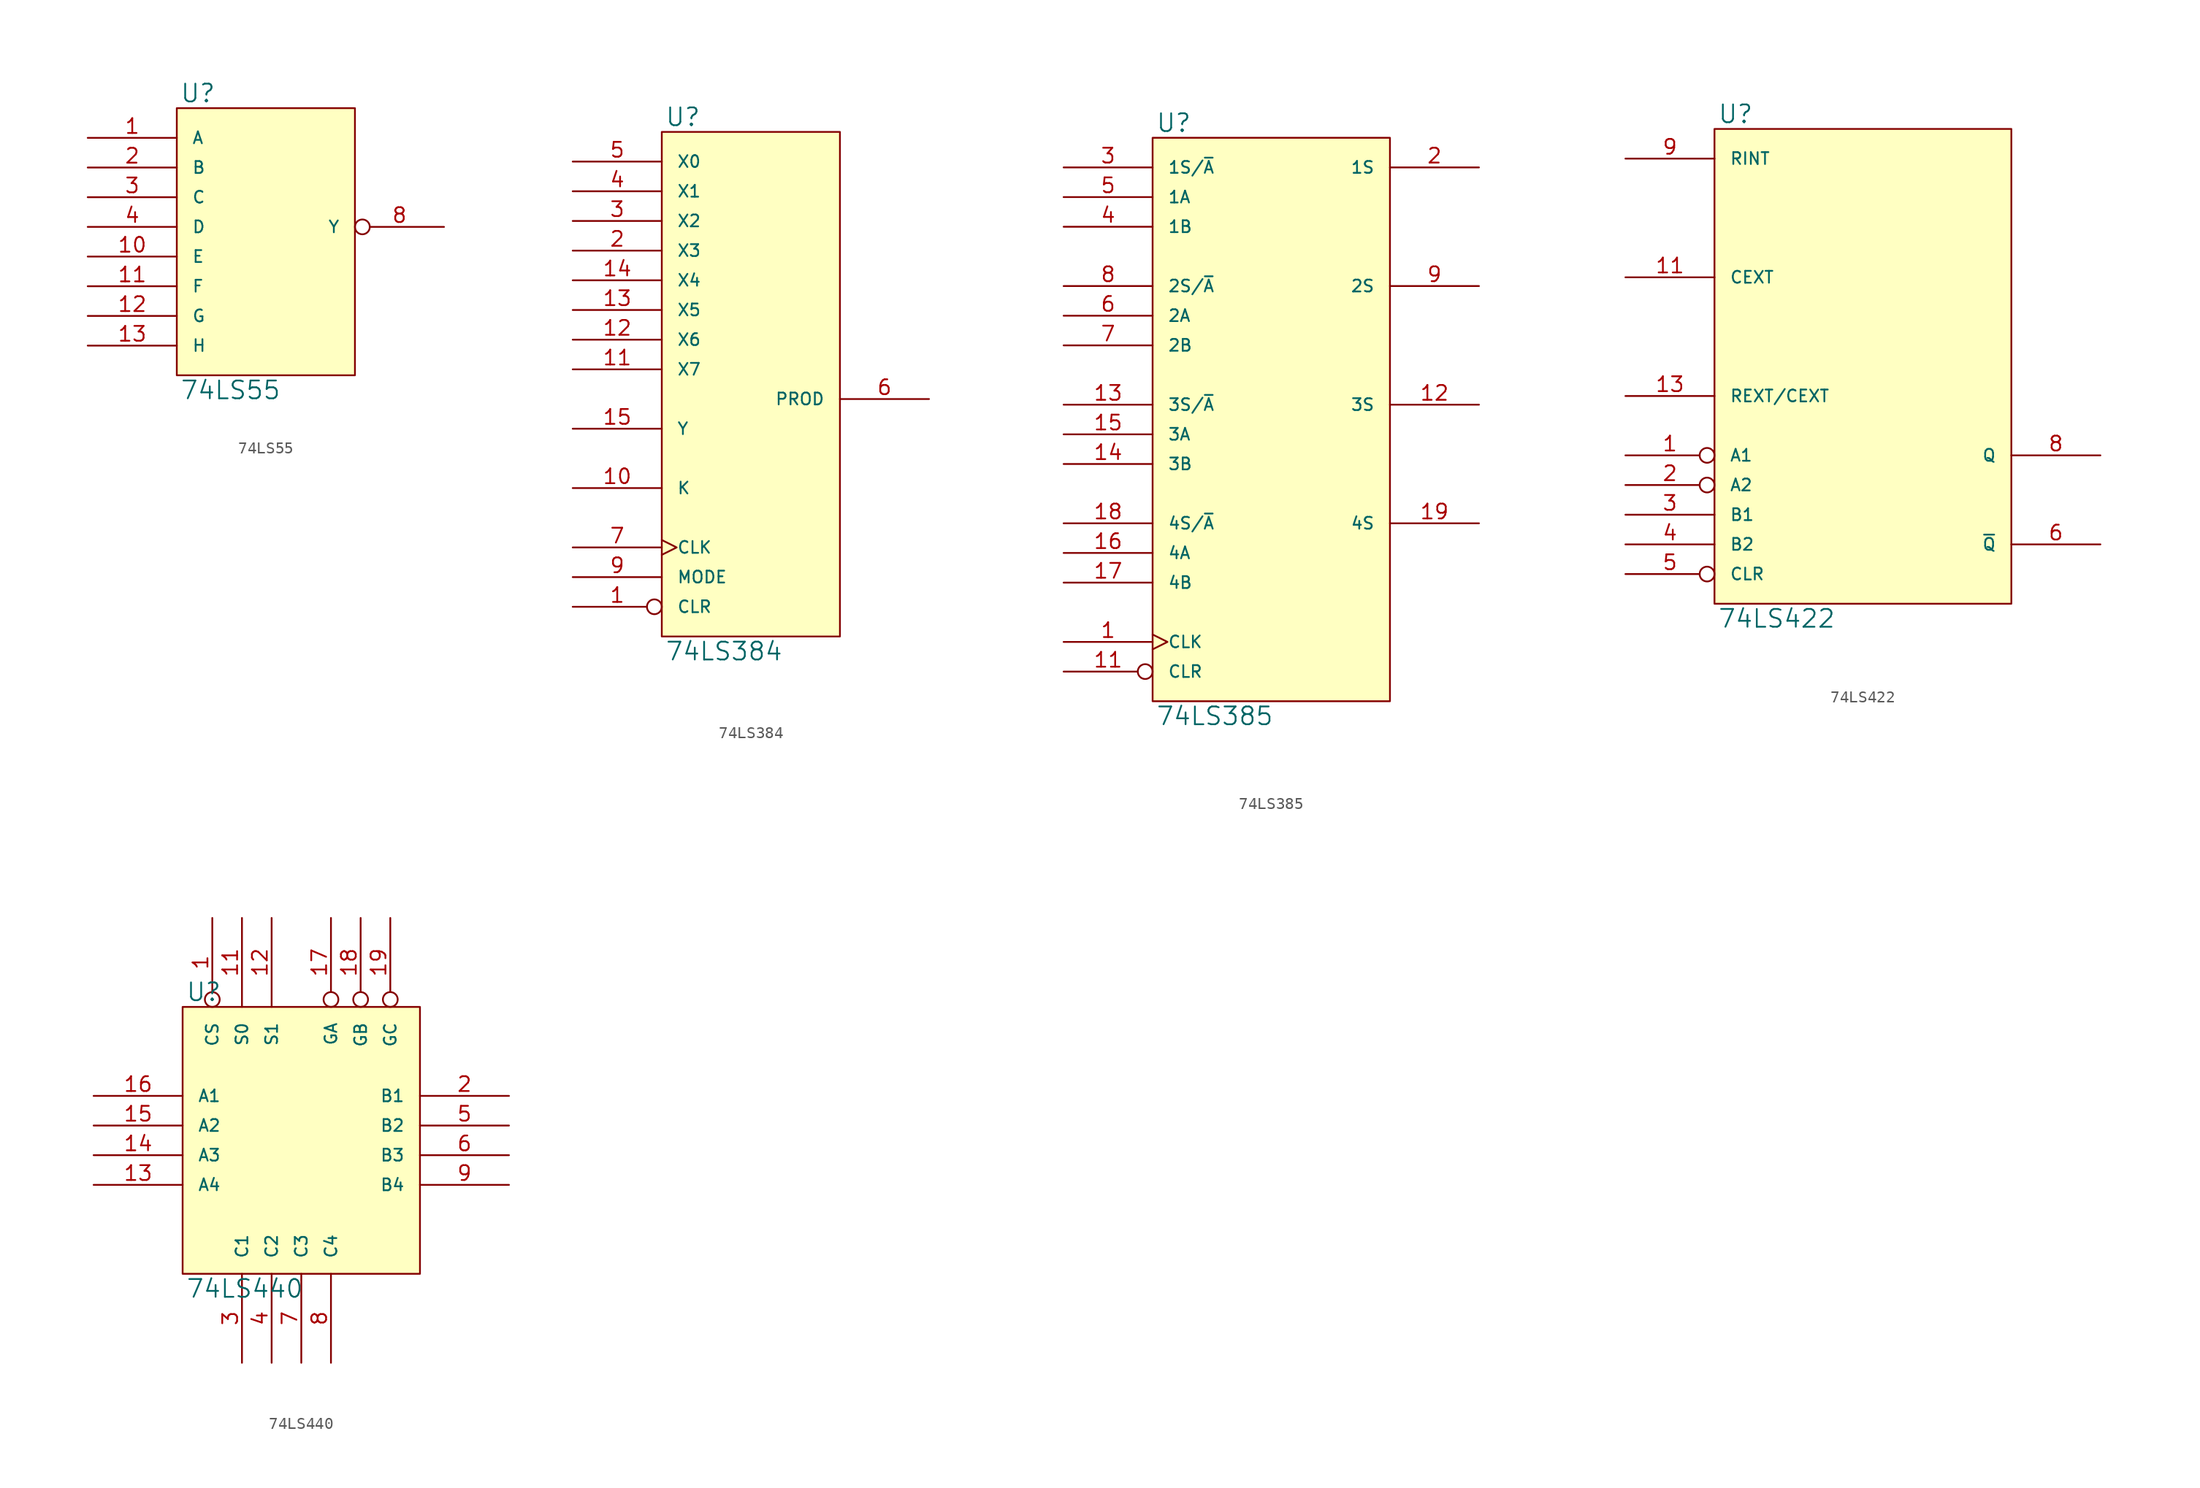
<source format=kicad_sym>
(kicad_symbol_lib
  (version 20231120)
  (generator "kicad_symbol_editor")
  (generator_version "8.0")
  (symbol "74LS55"
    (pin_names
      (offset 1.27))
    (property "Reference" "U"
      (at 0.254 0.381 0)
      (effects (font (size 1.524 1.524)) (justify left bottom)))
    (property "Value" "74LS55"
      (at 0.254 -23.241 0)
      (effects (font (size 1.524 1.524)) (justify left top)))
    (symbol "74LS55_0_1"
      (rectangle (start 0 0) (end 15.24 -22.86) (stroke (width 0) (type solid)) (fill (type background))))
    (symbol "74LS55_1_1"
      (pin input line (at -7.62 -2.54 0) (length 7.62) (name "A" (effects (font (size 1.016 1.016)))) (number "1" (effects (font (size 1.27 1.27)))))
      (pin input line (at -7.62 -12.7 0) (length 7.62) (name "E" (effects (font (size 1.016 1.016)))) (number "10" (effects (font (size 1.27 1.27)))))
      (pin input line (at -7.62 -15.24 0) (length 7.62) (name "F" (effects (font (size 1.016 1.016)))) (number "11" (effects (font (size 1.27 1.27)))))
      (pin input line (at -7.62 -17.78 0) (length 7.62) (name "G" (effects (font (size 1.016 1.016)))) (number "12" (effects (font (size 1.27 1.27)))))
      (pin input line (at -7.62 -20.32 0) (length 7.62) (name "H" (effects (font (size 1.016 1.016)))) (number "13" (effects (font (size 1.27 1.27)))))
      (pin power_in line (at 0 0 270) (length 0) hide (name "VCC" (effects (font (size 1.016 1.016)))) (number "14" (effects (font (size 1.27 1.27)))))
      (pin input line (at -7.62 -5.08 0) (length 7.62) (name "B" (effects (font (size 1.016 1.016)))) (number "2" (effects (font (size 1.27 1.27)))))
      (pin input line (at -7.62 -7.62 0) (length 7.62) (name "C" (effects (font (size 1.016 1.016)))) (number "3" (effects (font (size 1.27 1.27)))))
      (pin input line (at -7.62 -10.16 0) (length 7.62) (name "D" (effects (font (size 1.016 1.016)))) (number "4" (effects (font (size 1.27 1.27)))))
      (pin power_in line (at 0 -22.86 90) (length 0) hide (name "GND" (effects (font (size 1.016 1.016)))) (number "7" (effects (font (size 1.27 1.27)))))
      (pin output inverted (at 22.86 -10.16 180) (length 7.62) (name "Y" (effects (font (size 1.016 1.016)))) (number "8" (effects (font (size 1.27 1.27)))))))
  (symbol "74LS384"
    (pin_names
      (offset 1.27))
    (property "Reference" "U"
      (at 0.254 0.381 0)
      (effects (font (size 1.524 1.524)) (justify left bottom)))
    (property "Value" "74LS384"
      (at 0.254 -43.561 0)
      (effects (font (size 1.524 1.524)) (justify left top)))
    (symbol "74LS384_0_1"
      (rectangle (start 0 0) (end 15.24 -43.18) (stroke (width 0) (type solid)) (fill (type background))))
    (symbol "74LS384_1_1"
      (pin input inverted (at -7.62 -40.64 0) (length 7.62) (name "CLR" (effects (font (size 1.016 1.016)))) (number "1" (effects (font (size 1.27 1.27)))))
      (pin input line (at -7.62 -30.48 0) (length 7.62) (name "K" (effects (font (size 1.016 1.016)))) (number "10" (effects (font (size 1.27 1.27)))))
      (pin input line (at -7.62 -20.32 0) (length 7.62) (name "X7" (effects (font (size 1.016 1.016)))) (number "11" (effects (font (size 1.27 1.27)))))
      (pin input line (at -7.62 -17.78 0) (length 7.62) (name "X6" (effects (font (size 1.016 1.016)))) (number "12" (effects (font (size 1.27 1.27)))))
      (pin input line (at -7.62 -15.24 0) (length 7.62) (name "X5" (effects (font (size 1.016 1.016)))) (number "13" (effects (font (size 1.27 1.27)))))
      (pin input line (at -7.62 -12.7 0) (length 7.62) (name "X4" (effects (font (size 1.016 1.016)))) (number "14" (effects (font (size 1.27 1.27)))))
      (pin input line (at -7.62 -25.4 0) (length 7.62) (name "Y" (effects (font (size 1.016 1.016)))) (number "15" (effects (font (size 1.27 1.27)))))
      (pin power_in line (at 0 0 270) (length 0) hide (name "VCC" (effects (font (size 1.016 1.016)))) (number "16" (effects (font (size 1.27 1.27)))))
      (pin input line (at -7.62 -10.16 0) (length 7.62) (name "X3" (effects (font (size 1.016 1.016)))) (number "2" (effects (font (size 1.27 1.27)))))
      (pin input line (at -7.62 -7.62 0) (length 7.62) (name "X2" (effects (font (size 1.016 1.016)))) (number "3" (effects (font (size 1.27 1.27)))))
      (pin input line (at -7.62 -5.08 0) (length 7.62) (name "X1" (effects (font (size 1.016 1.016)))) (number "4" (effects (font (size 1.27 1.27)))))
      (pin input line (at -7.62 -2.54 0) (length 7.62) (name "X0" (effects (font (size 1.016 1.016)))) (number "5" (effects (font (size 1.27 1.27)))))
      (pin output line (at 22.86 -22.86 180) (length 7.62) (name "PROD" (effects (font (size 1.016 1.016)))) (number "6" (effects (font (size 1.27 1.27)))))
      (pin input clock (at -7.62 -35.56 0) (length 7.62) (name "CLK" (effects (font (size 1.016 1.016)))) (number "7" (effects (font (size 1.27 1.27)))))
      (pin power_in line (at 0 -43.18 90) (length 0) hide (name "GND" (effects (font (size 1.016 1.016)))) (number "8" (effects (font (size 1.27 1.27)))))
      (pin input line (at -7.62 -38.1 0) (length 7.62) (name "MODE" (effects (font (size 1.016 1.016)))) (number "9" (effects (font (size 1.27 1.27)))))))
  (symbol "74LS385"
    (pin_names
      (offset 1.27))
    (property "Reference" "U"
      (at 0.254 0.381 0)
      (effects (font (size 1.524 1.524)) (justify left bottom)))
    (property "Value" "74LS385"
      (at 0.254 -48.641 0)
      (effects (font (size 1.524 1.524)) (justify left top)))
    (symbol "74LS385_0_1"
      (rectangle (start 0 0) (end 20.32 -48.26) (stroke (width 0) (type solid)) (fill (type background))))
    (symbol "74LS385_1_1"
      (pin input clock (at -7.62 -43.18 0) (length 7.62) (name "CLK" (effects (font (size 1.016 1.016)))) (number "1" (effects (font (size 1.27 1.27)))))
      (pin power_in line (at 0 -48.26 90) (length 0) hide (name "GND" (effects (font (size 1.016 1.016)))) (number "10" (effects (font (size 1.27 1.27)))))
      (pin input inverted (at -7.62 -45.72 0) (length 7.62) (name "CLR" (effects (font (size 1.016 1.016)))) (number "11" (effects (font (size 1.27 1.27)))))
      (pin output line (at 27.94 -22.86 180) (length 7.62) (name "3S" (effects (font (size 1.016 1.016)))) (number "12" (effects (font (size 1.27 1.27)))))
      (pin input line (at -7.62 -22.86 0) (length 7.62) (name "3S/~{A}" (effects (font (size 1.016 1.016)))) (number "13" (effects (font (size 1.27 1.27)))))
      (pin input line (at -7.62 -27.94 0) (length 7.62) (name "3B" (effects (font (size 1.016 1.016)))) (number "14" (effects (font (size 1.27 1.27)))))
      (pin input line (at -7.62 -25.4 0) (length 7.62) (name "3A" (effects (font (size 1.016 1.016)))) (number "15" (effects (font (size 1.27 1.27)))))
      (pin input line (at -7.62 -35.56 0) (length 7.62) (name "4A" (effects (font (size 1.016 1.016)))) (number "16" (effects (font (size 1.27 1.27)))))
      (pin input line (at -7.62 -38.1 0) (length 7.62) (name "4B" (effects (font (size 1.016 1.016)))) (number "17" (effects (font (size 1.27 1.27)))))
      (pin input line (at -7.62 -33.02 0) (length 7.62) (name "4S/~{A}" (effects (font (size 1.016 1.016)))) (number "18" (effects (font (size 1.27 1.27)))))
      (pin output line (at 27.94 -33.02 180) (length 7.62) (name "4S" (effects (font (size 1.016 1.016)))) (number "19" (effects (font (size 1.27 1.27)))))
      (pin output line (at 27.94 -2.54 180) (length 7.62) (name "1S" (effects (font (size 1.016 1.016)))) (number "2" (effects (font (size 1.27 1.27)))))
      (pin power_in line (at 0 0 270) (length 0) hide (name "VCC" (effects (font (size 1.016 1.016)))) (number "20" (effects (font (size 1.27 1.27)))))
      (pin input line (at -7.62 -2.54 0) (length 7.62) (name "1S/~{A}" (effects (font (size 1.016 1.016)))) (number "3" (effects (font (size 1.27 1.27)))))
      (pin input line (at -7.62 -7.62 0) (length 7.62) (name "1B" (effects (font (size 1.016 1.016)))) (number "4" (effects (font (size 1.27 1.27)))))
      (pin input line (at -7.62 -5.08 0) (length 7.62) (name "1A" (effects (font (size 1.016 1.016)))) (number "5" (effects (font (size 1.27 1.27)))))
      (pin input line (at -7.62 -15.24 0) (length 7.62) (name "2A" (effects (font (size 1.016 1.016)))) (number "6" (effects (font (size 1.27 1.27)))))
      (pin input line (at -7.62 -17.78 0) (length 7.62) (name "2B" (effects (font (size 1.016 1.016)))) (number "7" (effects (font (size 1.27 1.27)))))
      (pin input line (at -7.62 -12.7 0) (length 7.62) (name "2S/~{A}" (effects (font (size 1.016 1.016)))) (number "8" (effects (font (size 1.27 1.27)))))
      (pin output line (at 27.94 -12.7 180) (length 7.62) (name "2S" (effects (font (size 1.016 1.016)))) (number "9" (effects (font (size 1.27 1.27)))))))
  (symbol "74LS422"
    (pin_names
      (offset 1.27))
    (property "Reference" "U"
      (at 0.254 0.381 0)
      (effects (font (size 1.524 1.524)) (justify left bottom)))
    (property "Value" "74LS422"
      (at 0.254 -41.021 0)
      (effects (font (size 1.524 1.524)) (justify left top)))
    (symbol "74LS422_0_1"
      (rectangle (start 0 0) (end 25.4 -40.64) (stroke (width 0) (type solid)) (fill (type background))))
    (symbol "74LS422_1_1"
      (pin input inverted (at -7.62 -27.94 0) (length 7.62) (name "A1" (effects (font (size 1.016 1.016)))) (number "1" (effects (font (size 1.27 1.27)))))
      (pin input line (at -7.62 -12.7 0) (length 7.62) (name "CEXT" (effects (font (size 1.016 1.016)))) (number "11" (effects (font (size 1.27 1.27)))))
      (pin input line (at -7.62 -22.86 0) (length 7.62) (name "REXT/CEXT" (effects (font (size 1.016 1.016)))) (number "13" (effects (font (size 1.27 1.27)))))
      (pin power_in line (at 0 0 270) (length 0) hide (name "VCC" (effects (font (size 1.016 1.016)))) (number "14" (effects (font (size 1.27 1.27)))))
      (pin input inverted (at -7.62 -30.48 0) (length 7.62) (name "A2" (effects (font (size 1.016 1.016)))) (number "2" (effects (font (size 1.27 1.27)))))
      (pin input line (at -7.62 -33.02 0) (length 7.62) (name "B1" (effects (font (size 1.016 1.016)))) (number "3" (effects (font (size 1.27 1.27)))))
      (pin input line (at -7.62 -35.56 0) (length 7.62) (name "B2" (effects (font (size 1.016 1.016)))) (number "4" (effects (font (size 1.27 1.27)))))
      (pin input inverted (at -7.62 -38.1 0) (length 7.62) (name "CLR" (effects (font (size 1.016 1.016)))) (number "5" (effects (font (size 1.27 1.27)))))
      (pin output line (at 33.02 -35.56 180) (length 7.62) (name "~{Q}" (effects (font (size 1.016 1.016)))) (number "6" (effects (font (size 1.27 1.27)))))
      (pin power_in line (at 0 -40.64 90) (length 0) hide (name "GND" (effects (font (size 1.016 1.016)))) (number "7" (effects (font (size 1.27 1.27)))))
      (pin output line (at 33.02 -27.94 180) (length 7.62) (name "Q" (effects (font (size 1.016 1.016)))) (number "8" (effects (font (size 1.27 1.27)))))
      (pin input line (at -7.62 -2.54 0) (length 7.62) (name "RINT" (effects (font (size 1.016 1.016)))) (number "9" (effects (font (size 1.27 1.27)))))))
  (symbol "74LS440"
    (pin_names
      (offset 1.27))
    (property "Reference" "U"
      (at 0.254 0.381 0)
      (effects (font (size 1.524 1.524)) (justify left bottom)))
    (property "Value" "74LS440"
      (at 0.254 -23.241 0)
      (effects (font (size 1.524 1.524)) (justify left top)))
    (symbol "74LS440_0_1"
      (rectangle (start 0 0) (end 20.32 -22.86) (stroke (width 0) (type solid)) (fill (type background))))
    (symbol "74LS440_1_1"
      (pin input inverted (at 2.54 7.62 270) (length 7.62) (name "CS" (effects (font (size 1.016 1.016)))) (number "1" (effects (font (size 1.27 1.27)))))
      (pin power_in line (at 0 -22.86 90) (length 0) hide (name "GND" (effects (font (size 1.016 1.016)))) (number "10" (effects (font (size 1.27 1.27)))))
      (pin input line (at 5.08 7.62 270) (length 7.62) (name "S0" (effects (font (size 1.016 1.016)))) (number "11" (effects (font (size 1.27 1.27)))))
      (pin input line (at 7.62 7.62 270) (length 7.62) (name "S1" (effects (font (size 1.016 1.016)))) (number "12" (effects (font (size 1.27 1.27)))))
      (pin bidirectional line (at -7.62 -15.24 0) (length 7.62) (name "A4" (effects (font (size 1.016 1.016)))) (number "13" (effects (font (size 1.27 1.27)))))
      (pin bidirectional line (at -7.62 -12.7 0) (length 7.62) (name "A3" (effects (font (size 1.016 1.016)))) (number "14" (effects (font (size 1.27 1.27)))))
      (pin bidirectional line (at -7.62 -10.16 0) (length 7.62) (name "A2" (effects (font (size 1.016 1.016)))) (number "15" (effects (font (size 1.27 1.27)))))
      (pin bidirectional line (at -7.62 -7.62 0) (length 7.62) (name "A1" (effects (font (size 1.016 1.016)))) (number "16" (effects (font (size 1.27 1.27)))))
      (pin input inverted (at 12.7 7.62 270) (length 7.62) (name "GA" (effects (font (size 1.016 1.016)))) (number "17" (effects (font (size 1.27 1.27)))))
      (pin input inverted (at 15.24 7.62 270) (length 7.62) (name "GB" (effects (font (size 1.016 1.016)))) (number "18" (effects (font (size 1.27 1.27)))))
      (pin input inverted (at 17.78 7.62 270) (length 7.62) (name "GC" (effects (font (size 1.016 1.016)))) (number "19" (effects (font (size 1.27 1.27)))))
      (pin bidirectional line (at 27.94 -7.62 180) (length 7.62) (name "B1" (effects (font (size 1.016 1.016)))) (number "2" (effects (font (size 1.27 1.27)))))
      (pin power_in line (at 0 0 270) (length 0) hide (name "VCC" (effects (font (size 1.016 1.016)))) (number "20" (effects (font (size 1.27 1.27)))))
      (pin bidirectional line (at 5.08 -30.48 90) (length 7.62) (name "C1" (effects (font (size 1.016 1.016)))) (number "3" (effects (font (size 1.27 1.27)))))
      (pin bidirectional line (at 7.62 -30.48 90) (length 7.62) (name "C2" (effects (font (size 1.016 1.016)))) (number "4" (effects (font (size 1.27 1.27)))))
      (pin bidirectional line (at 27.94 -10.16 180) (length 7.62) (name "B2" (effects (font (size 1.016 1.016)))) (number "5" (effects (font (size 1.27 1.27)))))
      (pin bidirectional line (at 27.94 -12.7 180) (length 7.62) (name "B3" (effects (font (size 1.016 1.016)))) (number "6" (effects (font (size 1.27 1.27)))))
      (pin bidirectional line (at 10.16 -30.48 90) (length 7.62) (name "C3" (effects (font (size 1.016 1.016)))) (number "7" (effects (font (size 1.27 1.27)))))
      (pin bidirectional line (at 12.7 -30.48 90) (length 7.62) (name "C4" (effects (font (size 1.016 1.016)))) (number "8" (effects (font (size 1.27 1.27)))))
      (pin bidirectional line (at 27.94 -15.24 180) (length 7.62) (name "B4" (effects (font (size 1.016 1.016)))) (number "9" (effects (font (size 1.27 1.27))))))))
</source>
